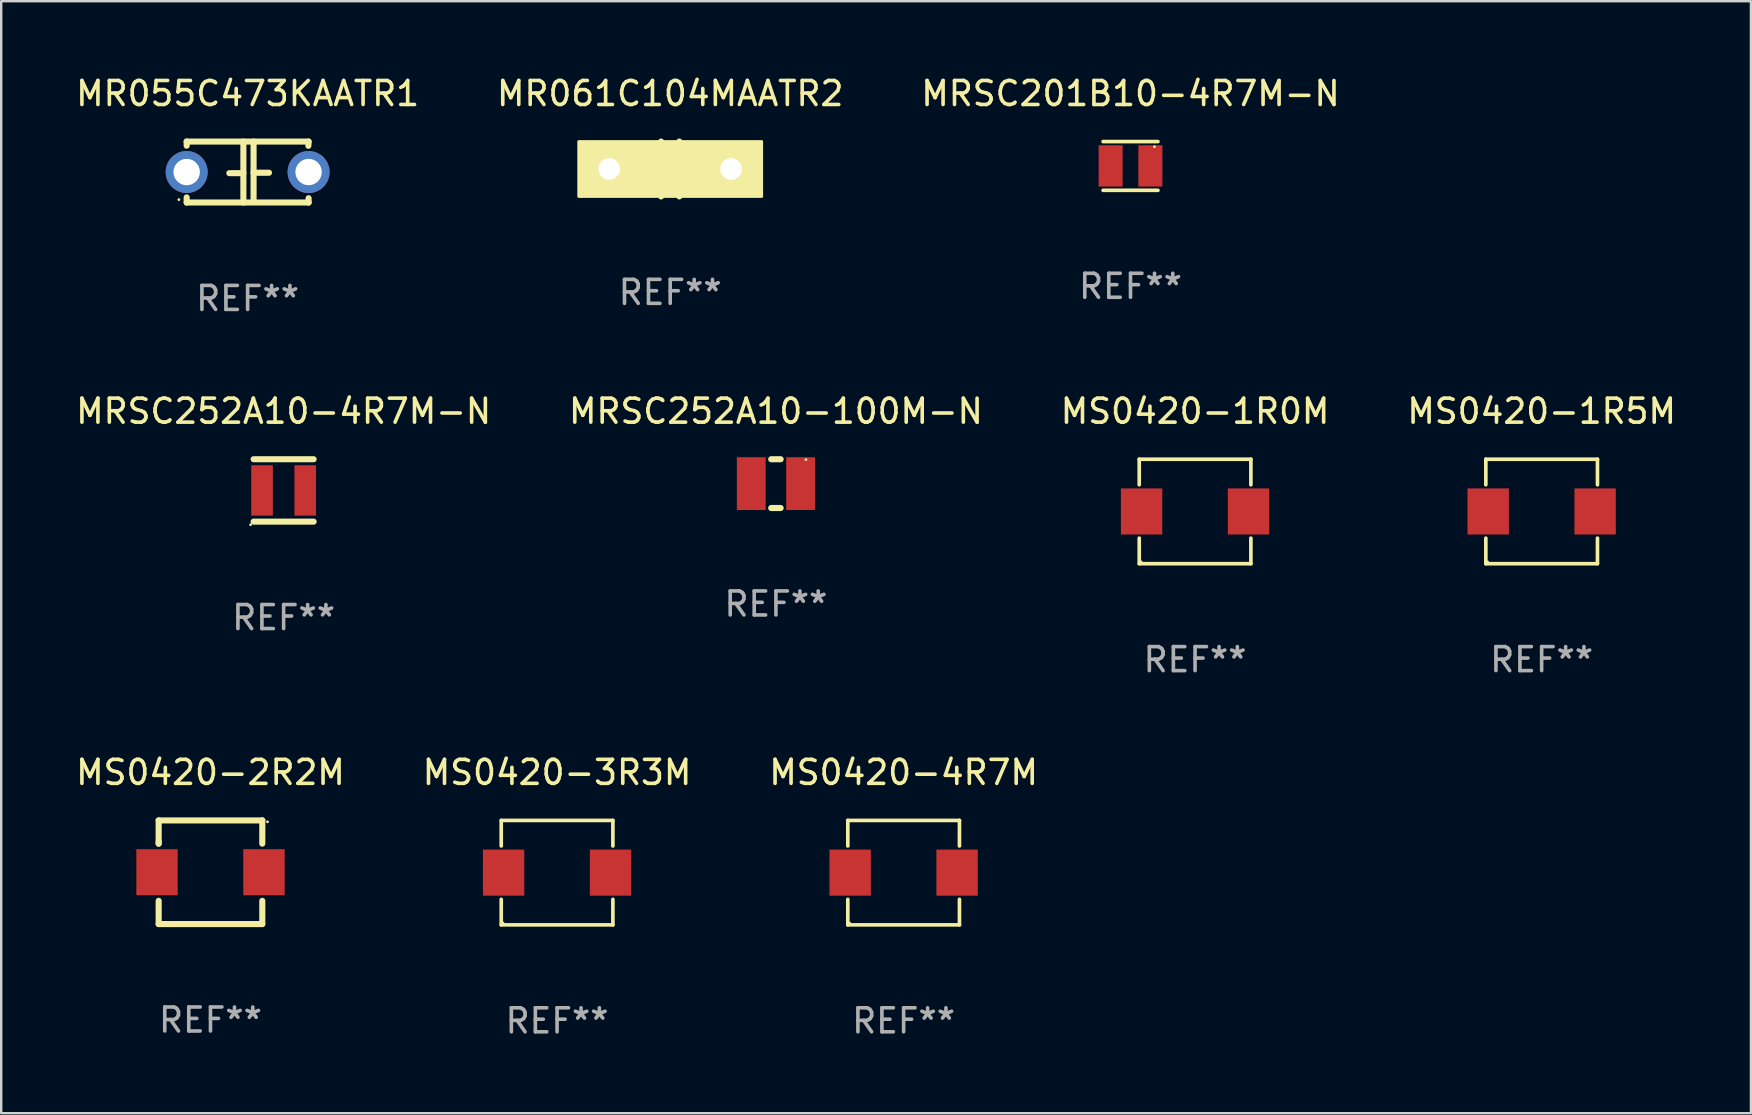
<source format=kicad_pcb>
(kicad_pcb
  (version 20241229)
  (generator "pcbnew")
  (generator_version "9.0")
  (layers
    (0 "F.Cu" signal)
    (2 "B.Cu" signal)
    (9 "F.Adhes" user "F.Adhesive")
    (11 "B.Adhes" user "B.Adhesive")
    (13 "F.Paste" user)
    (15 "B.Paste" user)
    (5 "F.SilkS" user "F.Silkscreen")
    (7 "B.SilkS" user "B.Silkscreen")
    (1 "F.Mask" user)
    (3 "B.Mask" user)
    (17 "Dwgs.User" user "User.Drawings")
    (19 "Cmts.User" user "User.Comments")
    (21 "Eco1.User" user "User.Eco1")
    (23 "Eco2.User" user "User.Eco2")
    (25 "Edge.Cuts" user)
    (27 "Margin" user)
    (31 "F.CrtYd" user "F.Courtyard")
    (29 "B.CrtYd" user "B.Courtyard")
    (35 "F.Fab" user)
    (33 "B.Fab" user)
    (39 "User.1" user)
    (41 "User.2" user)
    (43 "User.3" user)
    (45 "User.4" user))
  (footprint "MS0420-1R5M"
    (layer "F.Cu")
    (at 61.185 18.261)
    (property "Reference" "MS0420-1R5M" (at 0 -4.176 0) (layer "F.SilkS") (effects (font (size 1 1) (thickness 0.15))))
    (attr through_hole)
    (fp_line (start -2.326 -2.176) (end 2.326 -2.176) (stroke (width 0.152) (type solid)) (layer "F.SilkS"))
    (fp_line (start -2.326 -1.112) (end -2.326 -2.176) (stroke (width 0.152) (type solid)) (layer "F.SilkS"))
    (fp_line (start -2.326 1.112) (end -2.326 2.176) (stroke (width 0.152) (type solid)) (layer "F.SilkS"))
    (fp_line (start -2.326 2.176) (end 2.326 2.176) (stroke (width 0.152) (type solid)) (layer "F.SilkS"))
    (fp_line (start 2.326 -2.176) (end 2.326 -1.112) (stroke (width 0.152) (type solid)) (layer "F.SilkS"))
    (fp_line (start 2.326 2.176) (end 2.326 1.112) (stroke (width 0.152) (type solid)) (layer "F.SilkS"))
    (fp_circle (center -2.25 2.1) (end -2.22 2.1) (stroke (width 0.06) (type solid)) (fill no) (layer "F.SilkS"))
    (fp_text user "REF**" (at 0 6.176 0) (layer "F.Fab") (effects (font (size 1 1) (thickness 0.15))))
    (pad "1" smd rect (at 2.228 0) (size 1.724 1.92) (layers "F.Cu" "F.Mask" "F.Paste"))
    (pad "2" smd rect (at -2.228 0) (size 1.724 1.92) (layers "F.Cu" "F.Mask" "F.Paste")))
  (footprint "MRSC201B10-4R7M-N"
    (layer "F.Cu")
    (at 44.054 3.864)
    (property "Reference" "MRSC201B10-4R7M-N" (at 0 -3.016 0) (layer "F.SilkS") (effects (font (size 1 1) (thickness 0.15))))
    (attr through_hole)
    (fp_line (start -1.143 -1.016) (end 1.143 -1.016) (stroke (width 0.152) (type solid)) (layer "F.SilkS"))
    (fp_line (start 1.143 1.016) (end -1.143 1.016) (stroke (width 0.152) (type solid)) (layer "F.SilkS"))
    (fp_circle (center 1 -0.8) (end 1.03 -0.8) (stroke (width 0.06) (type solid)) (fill no) (layer "F.SilkS"))
    (fp_text user "REF**" (at 0 5.016 0) (layer "F.Fab") (effects (font (size 1 1) (thickness 0.15))))
    (pad "1" smd rect (at 0.828 0) (size 1 1.72) (layers "F.Cu" "F.Mask" "F.Paste"))
    (pad "2" smd rect (at -0.828 0) (size 1 1.72) (layers "F.Cu" "F.Mask" "F.Paste")))
  (footprint "MS0420-2R2M"
    (layer "F.Cu")
    (at 5.72 33.293)
    (property "Reference" "MS0420-2R2M" (at 0 -4.159 0) (layer "F.SilkS") (effects (font (size 1 1) (thickness 0.15))))
    (attr through_hole)
    (fp_line (start -2.159 -2.159) (end 2.159 -2.159) (stroke (width 0.254) (type solid)) (layer "F.SilkS"))
    (fp_line (start -2.159 -1.191) (end -2.159 -2.159) (stroke (width 0.254) (type solid)) (layer "F.SilkS"))
    (fp_line (start -2.159 -1.191) (end -2.159 -1.27) (stroke (width 0.254) (type solid)) (layer "F.SilkS"))
    (fp_line (start -2.159 2.159) (end -2.159 1.191) (stroke (width 0.254) (type solid)) (layer "F.SilkS"))
    (fp_line (start 2.159 -2.159) (end 2.159 -1.191) (stroke (width 0.254) (type solid)) (layer "F.SilkS"))
    (fp_line (start 2.159 1.191) (end 2.159 2.159) (stroke (width 0.254) (type solid)) (layer "F.SilkS"))
    (fp_line (start 2.159 2.159) (end -2.159 2.159) (stroke (width 0.254) (type solid)) (layer "F.SilkS"))
    (fp_circle (center 2.375 -2.1) (end 2.405 -2.1) (stroke (width 0.06) (type solid)) (fill no) (layer "F.SilkS"))
    (fp_text user "REF**" (at 0 6.159 0) (layer "F.Fab") (effects (font (size 1 1) (thickness 0.15))))
    (pad "1" smd rect (at 2.228 0.000025) (size 1.724 1.92) (layers "F.Cu" "F.Mask" "F.Paste"))
    (pad "2" smd rect (at -2.228 0.000025) (size 1.724 1.92) (layers "F.Cu" "F.Mask" "F.Paste")))
  (footprint "MR061C104MAATR2"
    (layer "F.Cu")
    (at 24.875 3.991)
    (property "Reference" "MR061C104MAATR2" (at 0 -3.143 0) (layer "F.SilkS") (effects (font (size 1 1) (thickness 0.15))))
    (attr through_hole)
    (fp_line (start -0.381 -0.017) (end -0.889 -0.017) (stroke (width 0.254) (type solid)) (layer "F.SilkS"))
    (fp_line (start -0.381 1.143) (end -0.381 -1.143) (stroke (width 0.254) (type solid)) (layer "F.SilkS"))
    (fp_line (start 0.381 -1.143) (end 0.381 1.143) (stroke (width 0.254) (type solid)) (layer "F.SilkS"))
    (fp_line (start 0.381 0.017) (end 0.889 0.017) (stroke (width 0.254) (type solid)) (layer "F.SilkS"))
    (fp_circle (center -3.7 1.15) (end -3.67 1.15) (stroke (width 0.06) (type solid)) (fill no) (layer "F.SilkS"))
    (fp_poly (pts (xy -3.81 -1.143) (xy 3.81 -1.143) (xy 3.81 1.143) (xy -3.81 1.143)) (stroke (width 0.12) (type solid)) (fill yes) (layer "F.SilkS"))
    (fp_text user "REF**" (at 0 5.143 0) (layer "F.Fab") (effects (font (size 1 1) (thickness 0.15))))
    (pad "1" thru_hole circle (at -2.54 0) (size 1.524 1.524) (drill 0.9) (layers "*.Cu" "*.Mask"))
    (pad "2" thru_hole circle (at 2.54 0) (size 1.524 1.524) (drill 0.9) (layers "*.Cu" "*.Mask")))
  (footprint "MS0420-3R3M"
    (layer "F.Cu")
    (at 20.161 33.31)
    (property "Reference" "MS0420-3R3M" (at 0 -4.176 0) (layer "F.SilkS") (effects (font (size 1 1) (thickness 0.15))))
    (attr through_hole)
    (fp_line (start -2.326 -2.176) (end 2.326 -2.176) (stroke (width 0.152) (type solid)) (layer "F.SilkS"))
    (fp_line (start -2.326 -1.112) (end -2.326 -2.176) (stroke (width 0.152) (type solid)) (layer "F.SilkS"))
    (fp_line (start -2.326 1.112) (end -2.326 2.176) (stroke (width 0.152) (type solid)) (layer "F.SilkS"))
    (fp_line (start -2.326 2.176) (end 2.326 2.176) (stroke (width 0.152) (type solid)) (layer "F.SilkS"))
    (fp_line (start 2.326 -2.176) (end 2.326 -1.112) (stroke (width 0.152) (type solid)) (layer "F.SilkS"))
    (fp_line (start 2.326 2.176) (end 2.326 1.112) (stroke (width 0.152) (type solid)) (layer "F.SilkS"))
    (fp_circle (center -2.25 2.1) (end -2.22 2.1) (stroke (width 0.06) (type solid)) (fill no) (layer "F.SilkS"))
    (fp_text user "REF**" (at 0 6.176 0) (layer "F.Fab") (effects (font (size 1 1) (thickness 0.15))))
    (pad "1" smd rect (at 2.228 0) (size 1.724 1.92) (layers "F.Cu" "F.Mask" "F.Paste"))
    (pad "2" smd rect (at -2.228 0) (size 1.724 1.92) (layers "F.Cu" "F.Mask" "F.Paste")))
  (footprint "MS0420-1R0M"
    (layer "F.Cu")
    (at 46.744 18.261)
    (property "Reference" "MS0420-1R0M" (at 0 -4.176 0) (layer "F.SilkS") (effects (font (size 1 1) (thickness 0.15))))
    (attr through_hole)
    (fp_line (start -2.326 -2.176) (end 2.326 -2.176) (stroke (width 0.152) (type solid)) (layer "F.SilkS"))
    (fp_line (start -2.326 -1.112) (end -2.326 -2.176) (stroke (width 0.152) (type solid)) (layer "F.SilkS"))
    (fp_line (start -2.326 1.112) (end -2.326 2.176) (stroke (width 0.152) (type solid)) (layer "F.SilkS"))
    (fp_line (start -2.326 2.176) (end 2.326 2.176) (stroke (width 0.152) (type solid)) (layer "F.SilkS"))
    (fp_line (start 2.326 -2.176) (end 2.326 -1.112) (stroke (width 0.152) (type solid)) (layer "F.SilkS"))
    (fp_line (start 2.326 2.176) (end 2.326 1.112) (stroke (width 0.152) (type solid)) (layer "F.SilkS"))
    (fp_circle (center -2.25 2.1) (end -2.22 2.1) (stroke (width 0.06) (type solid)) (fill no) (layer "F.SilkS"))
    (fp_text user "REF**" (at 0 6.176 0) (layer "F.Fab") (effects (font (size 1 1) (thickness 0.15))))
    (pad "1" smd rect (at 2.228 0) (size 1.724 1.92) (layers "F.Cu" "F.Mask" "F.Paste"))
    (pad "2" smd rect (at -2.228 0) (size 1.724 1.92) (layers "F.Cu" "F.Mask" "F.Paste")))
  (footprint "MRSC252A10-100M-N"
    (layer "F.Cu")
    (at 29.28 17.101)
    (property "Reference" "MRSC252A10-100M-N" (at 0 -3.016 0) (layer "F.SilkS") (effects (font (size 1 1) (thickness 0.15))))
    (attr through_hole)
    (fp_line (start -0.197 1.016) (end 0.197 1.016) (stroke (width 0.254) (type solid)) (layer "F.SilkS"))
    (fp_line (start 0.197 -1.016) (end -0.197 -1.016) (stroke (width 0.254) (type solid)) (layer "F.SilkS"))
    (fp_circle (center 1.25 -1) (end 1.28 -1) (stroke (width 0.06) (type solid)) (fill no) (layer "F.SilkS"))
    (fp_text user "REF**" (at 0 5.016 0) (layer "F.Fab") (effects (font (size 1 1) (thickness 0.15))))
    (pad "1" smd rect (at 1.028 0) (size 1.2 2.2) (layers "F.Cu" "F.Mask" "F.Paste"))
    (pad "2" smd rect (at -1.028 0) (size 1.2 2.2) (layers "F.Cu" "F.Mask" "F.Paste")))
  (footprint "MR055C473KAATR1"
    (layer "F.Cu")
    (at 7.268 4.118)
    (property "Reference" "MR055C473KAATR1" (at 0 -3.27 0) (layer "F.SilkS") (effects (font (size 1 1) (thickness 0.15))))
    (attr through_hole)
    (fp_line (start -2.54 -1.27) (end 2.54 -1.27) (stroke (width 0.254) (type solid)) (layer "F.SilkS"))
    (fp_line (start -2.54 -1.097) (end -2.54 -1.27) (stroke (width 0.254) (type solid)) (layer "F.SilkS"))
    (fp_line (start -2.54 1.27) (end -2.54 1.059) (stroke (width 0.254) (type solid)) (layer "F.SilkS"))
    (fp_line (start -0.177 -1.27) (end -0.177 1.27) (stroke (width 0.254) (type solid)) (layer "F.SilkS"))
    (fp_line (start -0.177 0.048) (end -0.762 0.048) (stroke (width 0.254) (type solid)) (layer "F.SilkS"))
    (fp_line (start 0.247 -1.27) (end 0.247 1.143) (stroke (width 0.254) (type solid)) (layer "F.SilkS"))
    (fp_line (start 0.247 0.029) (end 0.889 0.029) (stroke (width 0.254) (type solid)) (layer "F.SilkS"))
    (fp_line (start 2.54 -1.27) (end 2.531 -1.092) (stroke (width 0.254) (type solid)) (layer "F.SilkS"))
    (fp_line (start 2.54 1.092) (end 2.54 1.27) (stroke (width 0.254) (type solid)) (layer "F.SilkS"))
    (fp_line (start 2.54 1.27) (end -2.54 1.27) (stroke (width 0.254) (type solid)) (layer "F.SilkS"))
    (fp_circle (center -2.865 1.15) (end -2.835 1.15) (stroke (width 0.06) (type solid)) (fill no) (layer "F.SilkS"))
    (fp_text user "REF**" (at 0 5.27 0) (layer "F.Fab") (effects (font (size 1 1) (thickness 0.15))))
    (pad "1" thru_hole circle (at -2.54 0) (size 1.75 1.75) (drill 1.1) (layers "*.Cu" "*.Mask"))
    (pad "2" thru_hole circle (at 2.54 0) (size 1.75 1.75) (drill 1.1) (layers "*.Cu" "*.Mask")))
  (footprint "MS0420-4R7M"
    (layer "F.Cu")
    (at 34.601 33.31)
    (property "Reference" "MS0420-4R7M" (at 0 -4.176 0) (layer "F.SilkS") (effects (font (size 1 1) (thickness 0.15))))
    (attr through_hole)
    (fp_line (start -2.326 -2.176) (end 2.326 -2.176) (stroke (width 0.152) (type solid)) (layer "F.SilkS"))
    (fp_line (start -2.326 -1.112) (end -2.326 -2.176) (stroke (width 0.152) (type solid)) (layer "F.SilkS"))
    (fp_line (start -2.326 1.112) (end -2.326 2.176) (stroke (width 0.152) (type solid)) (layer "F.SilkS"))
    (fp_line (start -2.326 2.176) (end 2.326 2.176) (stroke (width 0.152) (type solid)) (layer "F.SilkS"))
    (fp_line (start 2.326 -2.176) (end 2.326 -1.112) (stroke (width 0.152) (type solid)) (layer "F.SilkS"))
    (fp_line (start 2.326 2.176) (end 2.326 1.112) (stroke (width 0.152) (type solid)) (layer "F.SilkS"))
    (fp_circle (center -2.25 2.1) (end -2.22 2.1) (stroke (width 0.06) (type solid)) (fill no) (layer "F.SilkS"))
    (fp_text user "REF**" (at 0 6.176 0) (layer "F.Fab") (effects (font (size 1 1) (thickness 0.15))))
    (pad "1" smd rect (at 2.228 0) (size 1.724 1.92) (layers "F.Cu" "F.Mask" "F.Paste"))
    (pad "2" smd rect (at -2.228 0) (size 1.724 1.92) (layers "F.Cu" "F.Mask" "F.Paste")))
  (footprint "MRSC252A10-4R7M-N"
    (layer "F.Cu")
    (at 8.768 17.385)
    (property "Reference" "MRSC252A10-4R7M-N" (at 0 -3.3 0) (layer "F.SilkS") (effects (font (size 1 1) (thickness 0.15))))
    (attr through_hole)
    (fp_line (start -1.25 -1.3) (end 1.25 -1.3) (stroke (width 0.254) (type solid)) (layer "F.SilkS"))
    (fp_line (start -1.25 1.3) (end 1.25 1.3) (stroke (width 0.254) (type solid)) (layer "F.SilkS"))
    (fp_circle (center -1.377 1.427) (end -1.347 1.427) (stroke (width 0.06) (type solid)) (fill no) (layer "F.SilkS"))
    (fp_text user "REF**" (at 0 5.3 0) (layer "F.Fab") (effects (font (size 1 1) (thickness 0.15))))
    (pad "1" smd rect (at -0.9 0 90) (size 2.1 0.9) (layers "F.Cu" "F.Mask" "F.Paste"))
    (pad "2" smd rect (at 0.9 0 90) (size 2.1 0.9) (layers "F.Cu" "F.Mask" "F.Paste")))
  (gr_rect
    (start -3 -3)
    (end 69.905 43.334)
    (stroke (width 0.1) (type default))
    (fill no)
    (layer "Edge.Cuts")))
</source>
